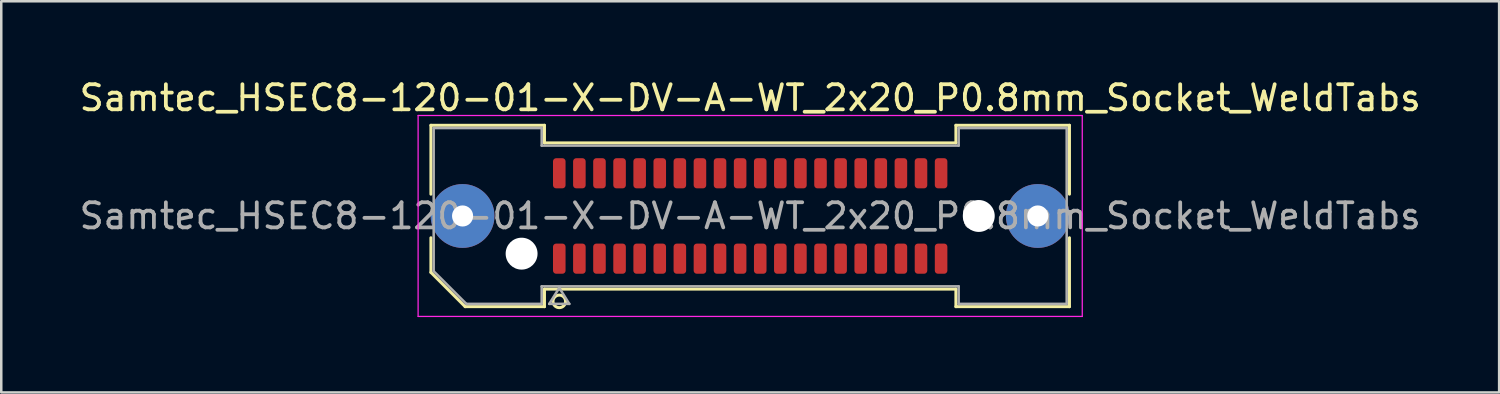
<source format=kicad_pcb>
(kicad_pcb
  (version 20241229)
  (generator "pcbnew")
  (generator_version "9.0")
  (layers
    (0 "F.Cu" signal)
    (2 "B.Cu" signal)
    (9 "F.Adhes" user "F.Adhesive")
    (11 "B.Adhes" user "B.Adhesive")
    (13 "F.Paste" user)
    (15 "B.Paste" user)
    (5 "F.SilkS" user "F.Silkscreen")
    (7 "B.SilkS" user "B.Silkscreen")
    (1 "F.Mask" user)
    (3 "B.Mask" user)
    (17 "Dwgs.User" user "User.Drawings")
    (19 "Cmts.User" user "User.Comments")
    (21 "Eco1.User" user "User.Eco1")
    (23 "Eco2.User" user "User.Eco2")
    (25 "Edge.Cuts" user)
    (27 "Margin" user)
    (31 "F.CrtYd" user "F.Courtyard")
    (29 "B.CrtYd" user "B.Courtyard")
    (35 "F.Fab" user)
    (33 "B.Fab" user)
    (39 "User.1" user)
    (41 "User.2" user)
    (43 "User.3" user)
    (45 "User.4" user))
  (footprint "Samtec_HSEC8-120-01-X-DV-A-WT_2x20_P0.8mm_Socket_WeldTabs"
    (layer "F.Cu")
    (at 26.815 5.548)
    (property "Reference" "Samtec_HSEC8-120-01-X-DV-A-WT_2x20_P0.8mm_Socket_WeldTabs" (at 0 -4.7 0) (layer "F.SilkS") (effects (font (size 1 1) (thickness 0.15))))
    (attr smd)
    (fp_line (start -12.71 -3.61) (end -8.19 -3.61) (stroke (width 0.12) (type solid)) (layer "F.SilkS"))
    (fp_line (start -12.71 -0.868) (end -12.71 -3.61) (stroke (width 0.12) (type solid)) (layer "F.SilkS"))
    (fp_line (start -12.71 2.246) (end -12.71 0.868) (stroke (width 0.12) (type solid)) (layer "F.SilkS"))
    (fp_line (start -11.346 3.61) (end -12.71 2.246) (stroke (width 0.12) (type solid)) (layer "F.SilkS"))
    (fp_line (start -8.19 -3.61) (end -8.19 -2.91) (stroke (width 0.12) (type solid)) (layer "F.SilkS"))
    (fp_line (start -8.19 -2.91) (end 8.19 -2.91) (stroke (width 0.12) (type solid)) (layer "F.SilkS"))
    (fp_line (start -8.19 2.91) (end -8.19 3.61) (stroke (width 0.12) (type solid)) (layer "F.SilkS"))
    (fp_line (start -8.19 3.61) (end -11.346 3.61) (stroke (width 0.12) (type solid)) (layer "F.SilkS"))
    (fp_line (start 8.19 -3.61) (end 12.71 -3.61) (stroke (width 0.12) (type solid)) (layer "F.SilkS"))
    (fp_line (start 8.19 -2.91) (end 8.19 -3.61) (stroke (width 0.12) (type solid)) (layer "F.SilkS"))
    (fp_line (start 8.19 2.91) (end -8.19 2.91) (stroke (width 0.12) (type solid)) (layer "F.SilkS"))
    (fp_line (start 8.19 3.61) (end 8.19 2.91) (stroke (width 0.12) (type solid)) (layer "F.SilkS"))
    (fp_line (start 12.71 -3.61) (end 12.71 -0.868) (stroke (width 0.12) (type solid)) (layer "F.SilkS"))
    (fp_line (start 12.71 0.868) (end 12.71 3.61) (stroke (width 0.12) (type solid)) (layer "F.SilkS"))
    (fp_line (start 12.71 3.61) (end 8.19 3.61) (stroke (width 0.12) (type solid)) (layer "F.SilkS"))
    (fp_circle (center -7.6 3.4) (end -7.35 3.4) (stroke (width 0.12) (type solid)) (fill no) (layer "F.SilkS"))
    (fp_line (start -13.22 -4) (end -13.22 4) (stroke (width 0.05) (type solid)) (layer "F.CrtYd"))
    (fp_line (start -13.22 4) (end 13.22 4) (stroke (width 0.05) (type solid)) (layer "F.CrtYd"))
    (fp_line (start 13.22 -4) (end -13.22 -4) (stroke (width 0.05) (type solid)) (layer "F.CrtYd"))
    (fp_line (start 13.22 4) (end 13.22 -4) (stroke (width 0.05) (type solid)) (layer "F.CrtYd"))
    (fp_line (start -12.6 -3.5) (end -8.3 -3.5) (stroke (width 0.1) (type solid)) (layer "F.Fab"))
    (fp_line (start -12.6 2.2) (end -12.6 -3.5) (stroke (width 0.1) (type solid)) (layer "F.Fab"))
    (fp_line (start -11.3 3.5) (end -12.6 2.2) (stroke (width 0.1) (type solid)) (layer "F.Fab"))
    (fp_line (start -8.3 -3.5) (end -8.3 -2.8) (stroke (width 0.1) (type solid)) (layer "F.Fab"))
    (fp_line (start -8.3 -2.8) (end 8.3 -2.8) (stroke (width 0.1) (type solid)) (layer "F.Fab"))
    (fp_line (start -8.3 2.8) (end -8.3 3.5) (stroke (width 0.1) (type solid)) (layer "F.Fab"))
    (fp_line (start -8.3 3.5) (end -11.3 3.5) (stroke (width 0.1) (type solid)) (layer "F.Fab"))
    (fp_line (start -8 3.5) (end -7.6 2.86) (stroke (width 0.1) (type solid)) (layer "F.Fab"))
    (fp_line (start -7.6 2.86) (end -7.2 3.5) (stroke (width 0.1) (type solid)) (layer "F.Fab"))
    (fp_line (start -7.2 3.5) (end -8 3.5) (stroke (width 0.1) (type solid)) (layer "F.Fab"))
    (fp_line (start 8.3 -3.5) (end 12.6 -3.5) (stroke (width 0.1) (type solid)) (layer "F.Fab"))
    (fp_line (start 8.3 -2.8) (end 8.3 -3.5) (stroke (width 0.1) (type solid)) (layer "F.Fab"))
    (fp_line (start 8.3 2.8) (end -8.3 2.8) (stroke (width 0.1) (type solid)) (layer "F.Fab"))
    (fp_line (start 8.3 3.5) (end 8.3 2.8) (stroke (width 0.1) (type solid)) (layer "F.Fab"))
    (fp_line (start 12.6 -3.5) (end 12.6 3.5) (stroke (width 0.1) (type solid)) (layer "F.Fab"))
    (fp_line (start 12.6 3.5) (end 8.3 3.5) (stroke (width 0.1) (type solid)) (layer "F.Fab"))
    (fp_text user "${REFERENCE}" (at 0 0 0) (layer "F.Fab") (effects (font (size 1 1) (thickness 0.15))))
    (pad "" thru_hole circle (at -11.45 0) (size 2.54 2.54) (drill 0.84) (layers "*.Cu" "*.Mask" "F.Paste"))
    (pad "" np_thru_hole circle (at -9.1 1.5) (size 1.27 1.27) (drill 1.27) (layers "*.Cu" "*.Mask"))
    (pad "" np_thru_hole circle (at 9.1 0) (size 1.27 1.27) (drill 1.27) (layers "*.Cu" "*.Mask"))
    (pad "" thru_hole circle (at 11.45 0) (size 2.54 2.54) (drill 0.84) (layers "*.Cu" "*.Mask" "F.Paste"))
    (pad "1" smd roundrect (at -7.6 1.7) (size 0.5 1.2) (layers "F.Cu" "F.Mask" "F.Paste") (roundrect_rratio 0.25))
    (pad "2" smd roundrect (at -7.6 -1.7) (size 0.5 1.2) (layers "F.Cu" "F.Mask" "F.Paste") (roundrect_rratio 0.25))
    (pad "3" smd roundrect (at -6.8 1.7) (size 0.5 1.2) (layers "F.Cu" "F.Mask" "F.Paste") (roundrect_rratio 0.25))
    (pad "4" smd roundrect (at -6.8 -1.7) (size 0.5 1.2) (layers "F.Cu" "F.Mask" "F.Paste") (roundrect_rratio 0.25))
    (pad "5" smd roundrect (at -6 1.7) (size 0.5 1.2) (layers "F.Cu" "F.Mask" "F.Paste") (roundrect_rratio 0.25))
    (pad "6" smd roundrect (at -6 -1.7) (size 0.5 1.2) (layers "F.Cu" "F.Mask" "F.Paste") (roundrect_rratio 0.25))
    (pad "7" smd roundrect (at -5.2 1.7) (size 0.5 1.2) (layers "F.Cu" "F.Mask" "F.Paste") (roundrect_rratio 0.25))
    (pad "8" smd roundrect (at -5.2 -1.7) (size 0.5 1.2) (layers "F.Cu" "F.Mask" "F.Paste") (roundrect_rratio 0.25))
    (pad "9" smd roundrect (at -4.4 1.7) (size 0.5 1.2) (layers "F.Cu" "F.Mask" "F.Paste") (roundrect_rratio 0.25))
    (pad "10" smd roundrect (at -4.4 -1.7) (size 0.5 1.2) (layers "F.Cu" "F.Mask" "F.Paste") (roundrect_rratio 0.25))
    (pad "11" smd roundrect (at -3.6 1.7) (size 0.5 1.2) (layers "F.Cu" "F.Mask" "F.Paste") (roundrect_rratio 0.25))
    (pad "12" smd roundrect (at -3.6 -1.7) (size 0.5 1.2) (layers "F.Cu" "F.Mask" "F.Paste") (roundrect_rratio 0.25))
    (pad "13" smd roundrect (at -2.8 1.7) (size 0.5 1.2) (layers "F.Cu" "F.Mask" "F.Paste") (roundrect_rratio 0.25))
    (pad "14" smd roundrect (at -2.8 -1.7) (size 0.5 1.2) (layers "F.Cu" "F.Mask" "F.Paste") (roundrect_rratio 0.25))
    (pad "15" smd roundrect (at -2 1.7) (size 0.5 1.2) (layers "F.Cu" "F.Mask" "F.Paste") (roundrect_rratio 0.25))
    (pad "16" smd roundrect (at -2 -1.7) (size 0.5 1.2) (layers "F.Cu" "F.Mask" "F.Paste") (roundrect_rratio 0.25))
    (pad "17" smd roundrect (at -1.2 1.7) (size 0.5 1.2) (layers "F.Cu" "F.Mask" "F.Paste") (roundrect_rratio 0.25))
    (pad "18" smd roundrect (at -1.2 -1.7) (size 0.5 1.2) (layers "F.Cu" "F.Mask" "F.Paste") (roundrect_rratio 0.25))
    (pad "19" smd roundrect (at -0.4 1.7) (size 0.5 1.2) (layers "F.Cu" "F.Mask" "F.Paste") (roundrect_rratio 0.25))
    (pad "20" smd roundrect (at -0.4 -1.7) (size 0.5 1.2) (layers "F.Cu" "F.Mask" "F.Paste") (roundrect_rratio 0.25))
    (pad "21" smd roundrect (at 0.4 1.7) (size 0.5 1.2) (layers "F.Cu" "F.Mask" "F.Paste") (roundrect_rratio 0.25))
    (pad "22" smd roundrect (at 0.4 -1.7) (size 0.5 1.2) (layers "F.Cu" "F.Mask" "F.Paste") (roundrect_rratio 0.25))
    (pad "23" smd roundrect (at 1.2 1.7) (size 0.5 1.2) (layers "F.Cu" "F.Mask" "F.Paste") (roundrect_rratio 0.25))
    (pad "24" smd roundrect (at 1.2 -1.7) (size 0.5 1.2) (layers "F.Cu" "F.Mask" "F.Paste") (roundrect_rratio 0.25))
    (pad "25" smd roundrect (at 2 1.7) (size 0.5 1.2) (layers "F.Cu" "F.Mask" "F.Paste") (roundrect_rratio 0.25))
    (pad "26" smd roundrect (at 2 -1.7) (size 0.5 1.2) (layers "F.Cu" "F.Mask" "F.Paste") (roundrect_rratio 0.25))
    (pad "27" smd roundrect (at 2.8 1.7) (size 0.5 1.2) (layers "F.Cu" "F.Mask" "F.Paste") (roundrect_rratio 0.25))
    (pad "28" smd roundrect (at 2.8 -1.7) (size 0.5 1.2) (layers "F.Cu" "F.Mask" "F.Paste") (roundrect_rratio 0.25))
    (pad "29" smd roundrect (at 3.6 1.7) (size 0.5 1.2) (layers "F.Cu" "F.Mask" "F.Paste") (roundrect_rratio 0.25))
    (pad "30" smd roundrect (at 3.6 -1.7) (size 0.5 1.2) (layers "F.Cu" "F.Mask" "F.Paste") (roundrect_rratio 0.25))
    (pad "31" smd roundrect (at 4.4 1.7) (size 0.5 1.2) (layers "F.Cu" "F.Mask" "F.Paste") (roundrect_rratio 0.25))
    (pad "32" smd roundrect (at 4.4 -1.7) (size 0.5 1.2) (layers "F.Cu" "F.Mask" "F.Paste") (roundrect_rratio 0.25))
    (pad "33" smd roundrect (at 5.2 1.7) (size 0.5 1.2) (layers "F.Cu" "F.Mask" "F.Paste") (roundrect_rratio 0.25))
    (pad "34" smd roundrect (at 5.2 -1.7) (size 0.5 1.2) (layers "F.Cu" "F.Mask" "F.Paste") (roundrect_rratio 0.25))
    (pad "35" smd roundrect (at 6 1.7) (size 0.5 1.2) (layers "F.Cu" "F.Mask" "F.Paste") (roundrect_rratio 0.25))
    (pad "36" smd roundrect (at 6 -1.7) (size 0.5 1.2) (layers "F.Cu" "F.Mask" "F.Paste") (roundrect_rratio 0.25))
    (pad "37" smd roundrect (at 6.8 1.7) (size 0.5 1.2) (layers "F.Cu" "F.Mask" "F.Paste") (roundrect_rratio 0.25))
    (pad "38" smd roundrect (at 6.8 -1.7) (size 0.5 1.2) (layers "F.Cu" "F.Mask" "F.Paste") (roundrect_rratio 0.25))
    (pad "39" smd roundrect (at 7.6 1.7) (size 0.5 1.2) (layers "F.Cu" "F.Mask" "F.Paste") (roundrect_rratio 0.25))
    (pad "40" smd roundrect (at 7.6 -1.7) (size 0.5 1.2) (layers "F.Cu" "F.Mask" "F.Paste") (roundrect_rratio 0.25)))
  (gr_rect
    (start -3 -3)
    (end 56.631 12.573)
    (stroke (width 0.1) (type default))
    (fill no)
    (layer "Edge.Cuts")))
</source>
